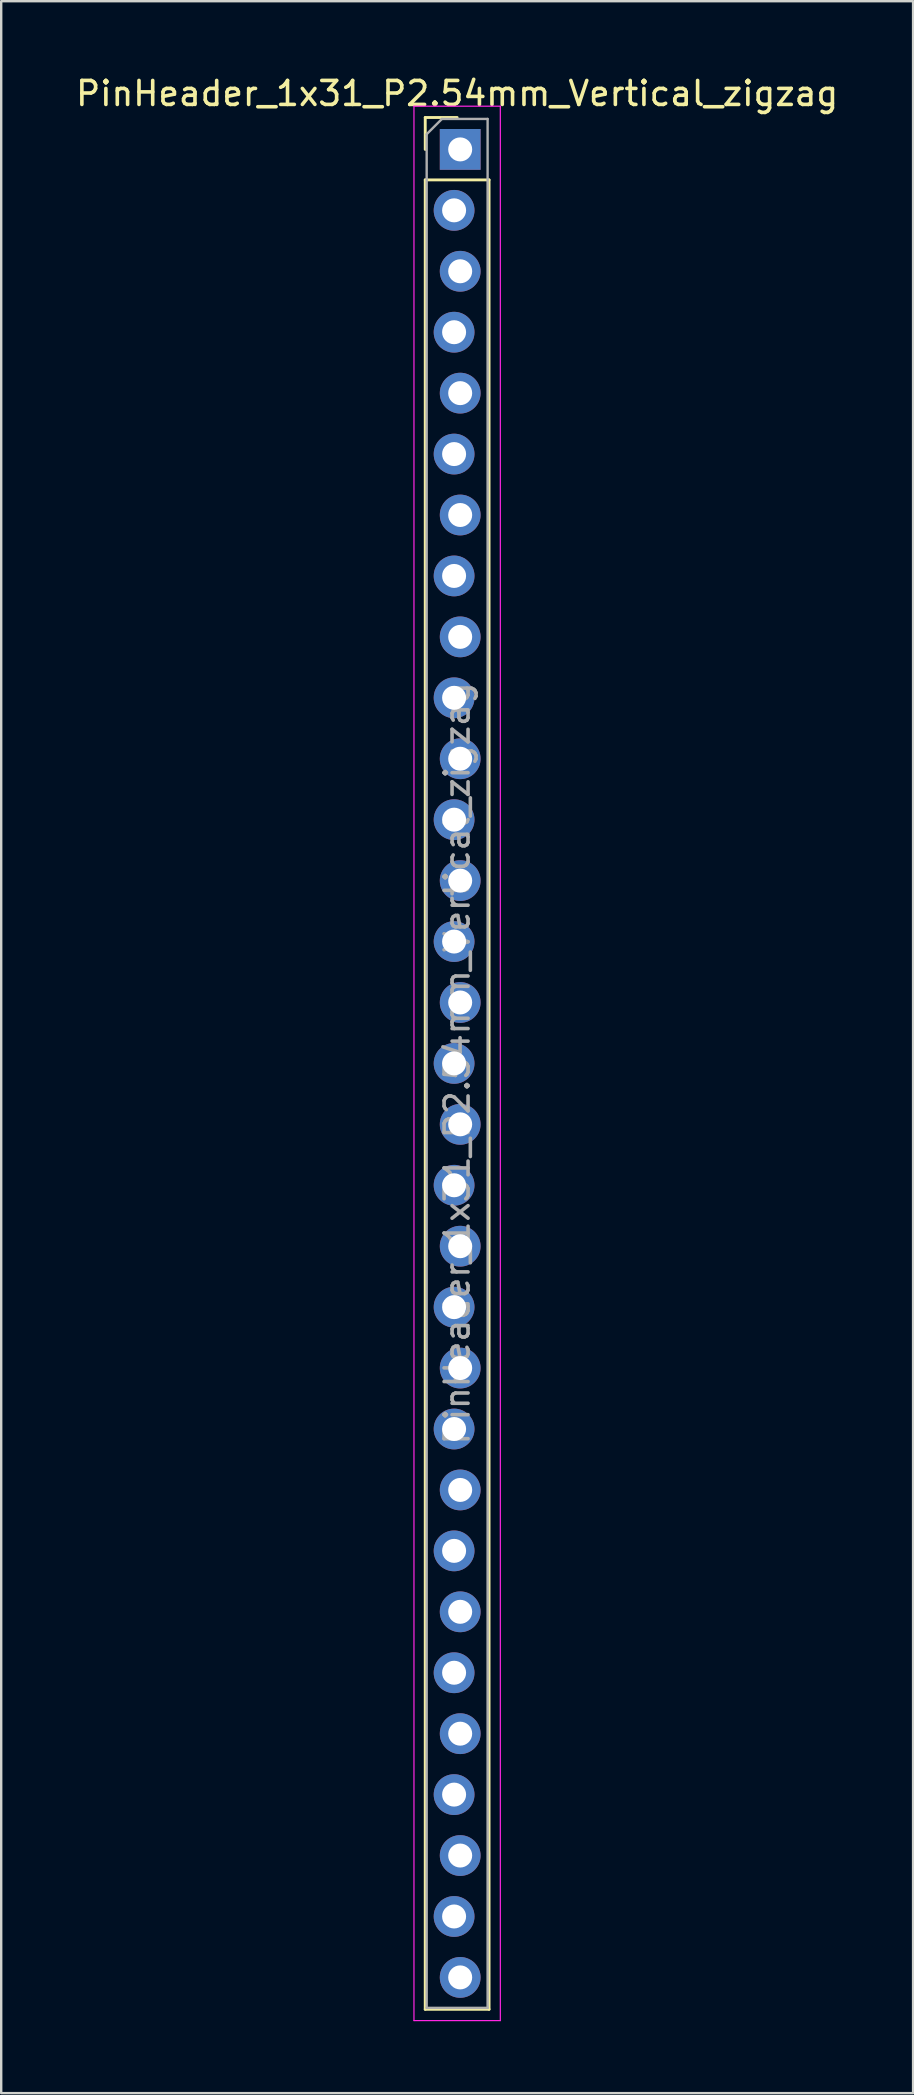
<source format=kicad_pcb>
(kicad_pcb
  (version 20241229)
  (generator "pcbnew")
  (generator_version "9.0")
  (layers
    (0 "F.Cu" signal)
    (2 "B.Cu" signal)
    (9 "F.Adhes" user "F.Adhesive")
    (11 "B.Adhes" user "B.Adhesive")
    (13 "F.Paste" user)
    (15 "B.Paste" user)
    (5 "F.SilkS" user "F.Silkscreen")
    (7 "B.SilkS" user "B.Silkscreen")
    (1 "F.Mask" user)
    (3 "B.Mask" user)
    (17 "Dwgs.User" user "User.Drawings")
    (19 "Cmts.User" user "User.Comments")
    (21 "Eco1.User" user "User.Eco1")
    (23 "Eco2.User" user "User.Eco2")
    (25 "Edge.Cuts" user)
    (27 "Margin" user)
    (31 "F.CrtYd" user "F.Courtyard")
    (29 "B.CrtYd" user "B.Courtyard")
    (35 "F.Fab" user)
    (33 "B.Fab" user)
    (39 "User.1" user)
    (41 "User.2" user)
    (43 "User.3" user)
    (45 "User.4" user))
  (footprint "PinHeader_1x31_P2.54mm_Vertical_zigzag"
    (layer "F.Cu")
    (at 16.006 3.178)
    (property "Reference" "PinHeader_1x31_P2.54mm_Vertical_zigzag" (at 0 -2.33 0) (layer "F.SilkS") (effects (font (size 1 1) (thickness 0.15))))
    (attr through_hole)
    (fp_line (start -1.33 -1.33) (end 0 -1.33) (stroke (width 0.12) (type solid)) (layer "F.SilkS"))
    (fp_line (start -1.33 0) (end -1.33 -1.33) (stroke (width 0.12) (type solid)) (layer "F.SilkS"))
    (fp_line (start -1.33 1.27) (end -1.33 77.53) (stroke (width 0.12) (type solid)) (layer "F.SilkS"))
    (fp_line (start -1.33 1.27) (end 1.33 1.27) (stroke (width 0.12) (type solid)) (layer "F.SilkS"))
    (fp_line (start -1.33 77.53) (end 1.33 77.53) (stroke (width 0.12) (type solid)) (layer "F.SilkS"))
    (fp_line (start 1.33 1.27) (end 1.33 77.53) (stroke (width 0.12) (type solid)) (layer "F.SilkS"))
    (fp_line (start -1.8 -1.8) (end -1.8 78) (stroke (width 0.05) (type solid)) (layer "F.CrtYd"))
    (fp_line (start -1.8 78) (end 1.8 78) (stroke (width 0.05) (type solid)) (layer "F.CrtYd"))
    (fp_line (start 1.8 -1.8) (end -1.8 -1.8) (stroke (width 0.05) (type solid)) (layer "F.CrtYd"))
    (fp_line (start 1.8 78) (end 1.8 -1.8) (stroke (width 0.05) (type solid)) (layer "F.CrtYd"))
    (fp_line (start -1.27 -0.635) (end -0.635 -1.27) (stroke (width 0.1) (type solid)) (layer "F.Fab"))
    (fp_line (start -1.27 77.47) (end -1.27 -0.635) (stroke (width 0.1) (type solid)) (layer "F.Fab"))
    (fp_line (start -0.635 -1.27) (end 1.27 -1.27) (stroke (width 0.1) (type solid)) (layer "F.Fab"))
    (fp_line (start 1.27 -1.27) (end 1.27 77.47) (stroke (width 0.1) (type solid)) (layer "F.Fab"))
    (fp_line (start 1.27 77.47) (end -1.27 77.47) (stroke (width 0.1) (type solid)) (layer "F.Fab"))
    (fp_text user "${REFERENCE}" (at 0 38.1 90) (layer "F.Fab") (effects (font (size 1 1) (thickness 0.15))))
    (pad "1" thru_hole rect (at 0.127 0) (size 1.7 1.7) (drill 1) (layers "*.Cu" "*.Mask"))
    (pad "2" thru_hole oval (at -0.127 2.54) (size 1.7 1.7) (drill 1) (layers "*.Cu" "*.Mask"))
    (pad "3" thru_hole oval (at 0.127 5.08) (size 1.7 1.7) (drill 1) (layers "*.Cu" "*.Mask"))
    (pad "4" thru_hole oval (at -0.127 7.62) (size 1.7 1.7) (drill 1) (layers "*.Cu" "*.Mask"))
    (pad "5" thru_hole oval (at 0.127 10.16) (size 1.7 1.7) (drill 1) (layers "*.Cu" "*.Mask"))
    (pad "6" thru_hole oval (at -0.127 12.7) (size 1.7 1.7) (drill 1) (layers "*.Cu" "*.Mask"))
    (pad "7" thru_hole oval (at 0.127 15.24) (size 1.7 1.7) (drill 1) (layers "*.Cu" "*.Mask"))
    (pad "8" thru_hole oval (at -0.127 17.78) (size 1.7 1.7) (drill 1) (layers "*.Cu" "*.Mask"))
    (pad "9" thru_hole oval (at 0.127 20.32) (size 1.7 1.7) (drill 1) (layers "*.Cu" "*.Mask"))
    (pad "10" thru_hole oval (at -0.127 22.86) (size 1.7 1.7) (drill 1) (layers "*.Cu" "*.Mask"))
    (pad "11" thru_hole oval (at 0.127 25.4) (size 1.7 1.7) (drill 1) (layers "*.Cu" "*.Mask"))
    (pad "12" thru_hole oval (at -0.127 27.94) (size 1.7 1.7) (drill 1) (layers "*.Cu" "*.Mask"))
    (pad "13" thru_hole oval (at 0.127 30.48) (size 1.7 1.7) (drill 1) (layers "*.Cu" "*.Mask"))
    (pad "14" thru_hole oval (at -0.127 33.02) (size 1.7 1.7) (drill 1) (layers "*.Cu" "*.Mask"))
    (pad "15" thru_hole oval (at 0.127 35.56) (size 1.7 1.7) (drill 1) (layers "*.Cu" "*.Mask"))
    (pad "16" thru_hole oval (at -0.127 38.1) (size 1.7 1.7) (drill 1) (layers "*.Cu" "*.Mask"))
    (pad "17" thru_hole oval (at 0.127 40.64) (size 1.7 1.7) (drill 1) (layers "*.Cu" "*.Mask"))
    (pad "18" thru_hole oval (at -0.127 43.18) (size 1.7 1.7) (drill 1) (layers "*.Cu" "*.Mask"))
    (pad "19" thru_hole oval (at 0.127 45.72) (size 1.7 1.7) (drill 1) (layers "*.Cu" "*.Mask"))
    (pad "20" thru_hole oval (at -0.127 48.26) (size 1.7 1.7) (drill 1) (layers "*.Cu" "*.Mask"))
    (pad "21" thru_hole oval (at 0.127 50.8) (size 1.7 1.7) (drill 1) (layers "*.Cu" "*.Mask"))
    (pad "22" thru_hole oval (at -0.127 53.34) (size 1.7 1.7) (drill 1) (layers "*.Cu" "*.Mask"))
    (pad "23" thru_hole oval (at 0.127 55.88) (size 1.7 1.7) (drill 1) (layers "*.Cu" "*.Mask"))
    (pad "24" thru_hole oval (at -0.127 58.42) (size 1.7 1.7) (drill 1) (layers "*.Cu" "*.Mask"))
    (pad "25" thru_hole oval (at 0.127 60.96) (size 1.7 1.7) (drill 1) (layers "*.Cu" "*.Mask"))
    (pad "26" thru_hole oval (at -0.127 63.5) (size 1.7 1.7) (drill 1) (layers "*.Cu" "*.Mask"))
    (pad "27" thru_hole oval (at 0.127 66.04) (size 1.7 1.7) (drill 1) (layers "*.Cu" "*.Mask"))
    (pad "28" thru_hole oval (at -0.127 68.58) (size 1.7 1.7) (drill 1) (layers "*.Cu" "*.Mask"))
    (pad "29" thru_hole oval (at 0.127 71.12) (size 1.7 1.7) (drill 1) (layers "*.Cu" "*.Mask"))
    (pad "30" thru_hole oval (at -0.127 73.66) (size 1.7 1.7) (drill 1) (layers "*.Cu" "*.Mask"))
    (pad "31" thru_hole oval (at 0.127 76.2) (size 1.7 1.7) (drill 1) (layers "*.Cu" "*.Mask")))
  (gr_rect
    (start -3 -3)
    (end 35.012 84.203)
    (stroke (width 0.1) (type default))
    (fill no)
    (layer "Edge.Cuts")))
</source>
